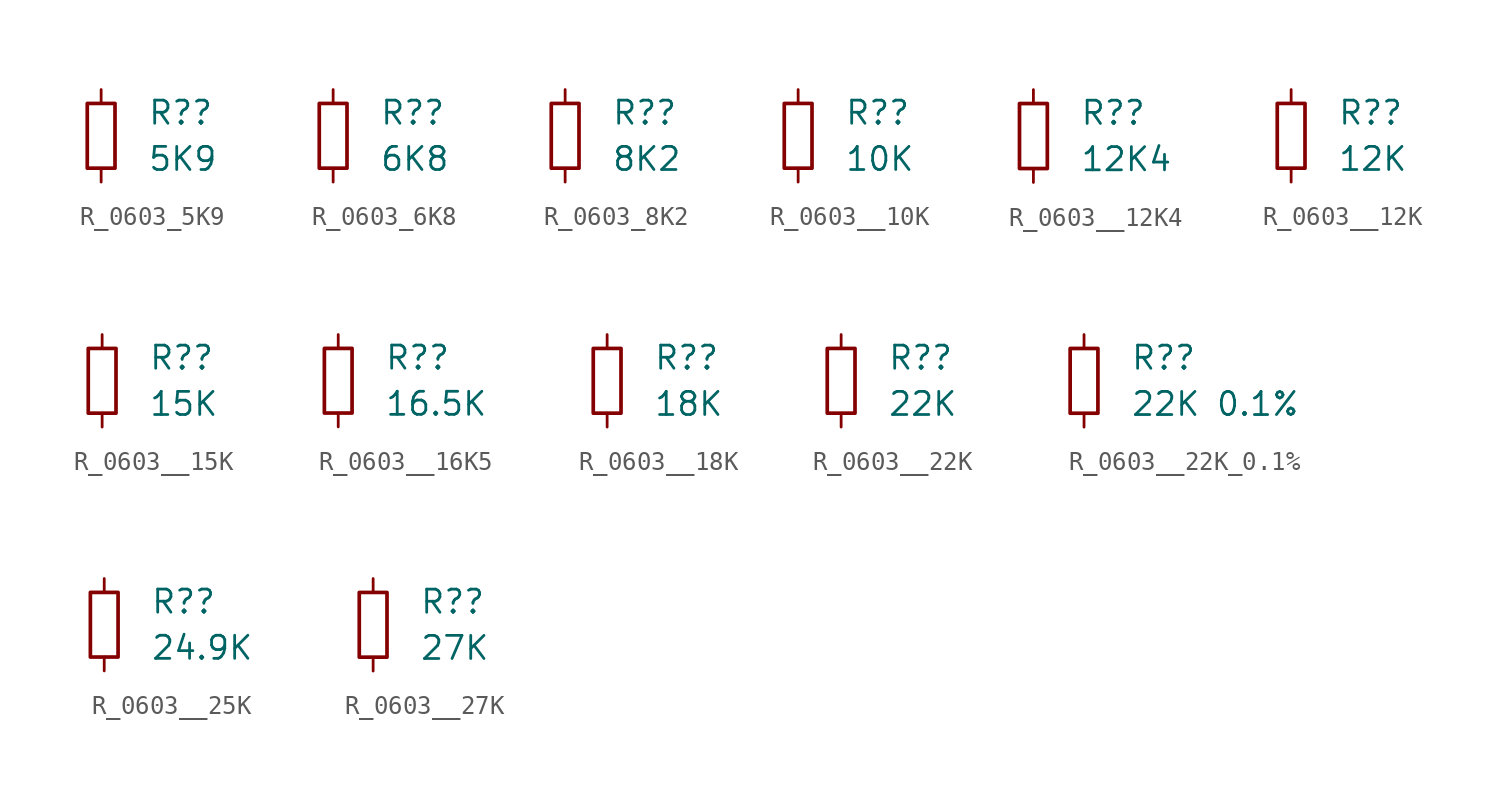
<source format=kicad_sym>
(kicad_symbol_lib
  (version 20231120)
  (generator "kicad_symbol_editor")
  (generator_version "8.0")
  (symbol "R_0603_5K9"
    (pin_numbers hide)
    (pin_names
      (offset 0.254) hide)
    (property "Reference" "R?"
      (at 2.54 1.27 0)
      (effects (font (size 1.27 1.27)) (justify left)))
    (property "Value" "5K9"
      (at 2.54 -1.27 0)
      (effects (font (size 1.27 1.27)) (justify left)))
    (symbol "R_0603_5K9_0_1"
      (rectangle (start -0.762 1.778) (end 0.762 -1.778) (stroke (width 0.203) (type default)) (fill (type none))))
    (symbol "R_0603_5K9_1_1"
      (pin passive line (at 0 2.54 270) (length 0.762) (name "~" (effects (font (size 1.27 1.27)))) (number "1" (effects (font (size 1.27 1.27)))))
      (pin passive line (at 0 -2.54 90) (length 0.762) (name "~" (effects (font (size 1.27 1.27)))) (number "2" (effects (font (size 1.27 1.27)))))))
  (symbol "R_0603_6K8"
    (pin_numbers hide)
    (pin_names
      (offset 0.254) hide)
    (property "Reference" "R?"
      (at 2.54 1.27 0)
      (effects (font (size 1.27 1.27)) (justify left)))
    (property "Value" "6K8"
      (at 2.54 -1.27 0)
      (effects (font (size 1.27 1.27)) (justify left)))
    (symbol "R_0603_6K8_0_1"
      (rectangle (start -0.762 1.778) (end 0.762 -1.778) (stroke (width 0.203) (type default)) (fill (type none))))
    (symbol "R_0603_6K8_1_1"
      (pin passive line (at 0 2.54 270) (length 0.762) (name "~" (effects (font (size 1.27 1.27)))) (number "1" (effects (font (size 1.27 1.27)))))
      (pin passive line (at 0 -2.54 90) (length 0.762) (name "~" (effects (font (size 1.27 1.27)))) (number "2" (effects (font (size 1.27 1.27)))))))
  (symbol "R_0603_8K2"
    (pin_numbers hide)
    (pin_names
      (offset 0.254) hide)
    (property "Reference" "R?"
      (at 2.54 1.27 0)
      (effects (font (size 1.27 1.27)) (justify left)))
    (property "Value" "8K2"
      (at 2.54 -1.27 0)
      (effects (font (size 1.27 1.27)) (justify left)))
    (symbol "R_0603_8K2_0_1"
      (rectangle (start -0.762 1.778) (end 0.762 -1.778) (stroke (width 0.203) (type default)) (fill (type none))))
    (symbol "R_0603_8K2_1_1"
      (pin passive line (at 0 2.54 270) (length 0.762) (name "~" (effects (font (size 1.27 1.27)))) (number "1" (effects (font (size 1.27 1.27)))))
      (pin passive line (at 0 -2.54 90) (length 0.762) (name "~" (effects (font (size 1.27 1.27)))) (number "2" (effects (font (size 1.27 1.27)))))))
  (symbol "R_0603__10K"
    (pin_numbers hide)
    (pin_names
      (offset 0.254) hide)
    (property "Reference" "R?"
      (at 2.54 1.27 0)
      (effects (font (size 1.27 1.27)) (justify left)))
    (property "Value" "10K"
      (at 2.54 -1.27 0)
      (effects (font (size 1.27 1.27)) (justify left)))
    (symbol "R_0603__10K_0_1"
      (rectangle (start -0.762 1.778) (end 0.762 -1.778) (stroke (width 0.203) (type default)) (fill (type none))))
    (symbol "R_0603__10K_1_1"
      (pin passive line (at 0 2.54 270) (length 0.762) (name "~" (effects (font (size 1.27 1.27)))) (number "1" (effects (font (size 1.27 1.27)))))
      (pin passive line (at 0 -2.54 90) (length 0.762) (name "~" (effects (font (size 1.27 1.27)))) (number "2" (effects (font (size 1.27 1.27)))))))
  (symbol "R_0603__12K4"
    (pin_numbers hide)
    (pin_names
      (offset 0.254) hide)
    (property "Reference" "R?"
      (at 2.54 1.27 0)
      (effects (font (size 1.27 1.27)) (justify left)))
    (property "Value" "12K4"
      (at 2.54 -1.27 0)
      (effects (font (size 1.27 1.27)) (justify left)))
    (symbol "R_0603__12K4_0_1"
      (rectangle (start -0.762 1.778) (end 0.762 -1.778) (stroke (width 0.203) (type default)) (fill (type none))))
    (symbol "R_0603__12K4_1_1"
      (pin passive line (at 0 2.54 270) (length 0.762) (name "~" (effects (font (size 1.27 1.27)))) (number "1" (effects (font (size 1.27 1.27)))))
      (pin passive line (at 0 -2.54 90) (length 0.762) (name "~" (effects (font (size 1.27 1.27)))) (number "2" (effects (font (size 1.27 1.27)))))))
  (symbol "R_0603__12K"
    (pin_numbers hide)
    (pin_names
      (offset 0.254) hide)
    (property "Reference" "R?"
      (at 2.54 1.27 0)
      (effects (font (size 1.27 1.27)) (justify left)))
    (property "Value" "12K"
      (at 2.54 -1.27 0)
      (effects (font (size 1.27 1.27)) (justify left)))
    (symbol "R_0603__12K_0_1"
      (rectangle (start -0.762 1.778) (end 0.762 -1.778) (stroke (width 0.203) (type default)) (fill (type none))))
    (symbol "R_0603__12K_1_1"
      (pin passive line (at 0 2.54 270) (length 0.762) (name "~" (effects (font (size 1.27 1.27)))) (number "1" (effects (font (size 1.27 1.27)))))
      (pin passive line (at 0 -2.54 90) (length 0.762) (name "~" (effects (font (size 1.27 1.27)))) (number "2" (effects (font (size 1.27 1.27)))))))
  (symbol "R_0603__15K"
    (pin_numbers hide)
    (pin_names
      (offset 0.254) hide)
    (property "Reference" "R?"
      (at 2.54 1.27 0)
      (effects (font (size 1.27 1.27)) (justify left)))
    (property "Value" "15K"
      (at 2.54 -1.27 0)
      (effects (font (size 1.27 1.27)) (justify left)))
    (symbol "R_0603__15K_0_1"
      (rectangle (start -0.762 1.778) (end 0.762 -1.778) (stroke (width 0.203) (type default)) (fill (type none))))
    (symbol "R_0603__15K_1_1"
      (pin passive line (at 0 2.54 270) (length 0.762) (name "~" (effects (font (size 1.27 1.27)))) (number "1" (effects (font (size 1.27 1.27)))))
      (pin passive line (at 0 -2.54 90) (length 0.762) (name "~" (effects (font (size 1.27 1.27)))) (number "2" (effects (font (size 1.27 1.27)))))))
  (symbol "R_0603__16K5"
    (pin_numbers hide)
    (pin_names
      (offset 0.254) hide)
    (property "Reference" "R?"
      (at 2.54 1.27 0)
      (effects (font (size 1.27 1.27)) (justify left)))
    (property "Value" "16.5K"
      (at 2.54 -1.27 0)
      (effects (font (size 1.27 1.27)) (justify left)))
    (symbol "R_0603__16K5_0_1"
      (rectangle (start -0.762 1.778) (end 0.762 -1.778) (stroke (width 0.203) (type default)) (fill (type none))))
    (symbol "R_0603__16K5_1_1"
      (pin passive line (at 0 2.54 270) (length 0.762) (name "~" (effects (font (size 1.27 1.27)))) (number "1" (effects (font (size 1.27 1.27)))))
      (pin passive line (at 0 -2.54 90) (length 0.762) (name "~" (effects (font (size 1.27 1.27)))) (number "2" (effects (font (size 1.27 1.27)))))))
  (symbol "R_0603__18K"
    (pin_numbers hide)
    (pin_names
      (offset 0.254) hide)
    (property "Reference" "R?"
      (at 2.54 1.27 0)
      (effects (font (size 1.27 1.27)) (justify left)))
    (property "Value" "18K"
      (at 2.54 -1.27 0)
      (effects (font (size 1.27 1.27)) (justify left)))
    (symbol "R_0603__18K_0_1"
      (rectangle (start -0.762 1.778) (end 0.762 -1.778) (stroke (width 0.203) (type default)) (fill (type none))))
    (symbol "R_0603__18K_1_1"
      (pin passive line (at 0 2.54 270) (length 0.762) (name "~" (effects (font (size 1.27 1.27)))) (number "1" (effects (font (size 1.27 1.27)))))
      (pin passive line (at 0 -2.54 90) (length 0.762) (name "~" (effects (font (size 1.27 1.27)))) (number "2" (effects (font (size 1.27 1.27)))))))
  (symbol "R_0603__22K"
    (pin_numbers hide)
    (pin_names
      (offset 0.254) hide)
    (property "Reference" "R?"
      (at 2.54 1.27 0)
      (effects (font (size 1.27 1.27)) (justify left)))
    (property "Value" "22K"
      (at 2.54 -1.27 0)
      (effects (font (size 1.27 1.27)) (justify left)))
    (symbol "R_0603__22K_0_1"
      (rectangle (start -0.762 1.778) (end 0.762 -1.778) (stroke (width 0.203) (type default)) (fill (type none))))
    (symbol "R_0603__22K_1_1"
      (pin passive line (at 0 2.54 270) (length 0.762) (name "~" (effects (font (size 1.27 1.27)))) (number "1" (effects (font (size 1.27 1.27)))))
      (pin passive line (at 0 -2.54 90) (length 0.762) (name "~" (effects (font (size 1.27 1.27)))) (number "2" (effects (font (size 1.27 1.27)))))))
  (symbol "R_0603__22K_0.1%"
    (pin_numbers hide)
    (pin_names
      (offset 0.254) hide)
    (property "Reference" "R?"
      (at 2.54 1.27 0)
      (effects (font (size 1.27 1.27)) (justify left)))
    (property "Value" "22K 0.1%"
      (at 2.54 -1.27 0)
      (effects (font (size 1.27 1.27)) (justify left)))
    (symbol "R_0603__22K_0.1%_0_1"
      (rectangle (start -0.762 1.778) (end 0.762 -1.778) (stroke (width 0.203) (type default)) (fill (type none))))
    (symbol "R_0603__22K_0.1%_1_1"
      (pin passive line (at 0 2.54 270) (length 0.762) (name "~" (effects (font (size 1.27 1.27)))) (number "1" (effects (font (size 1.27 1.27)))))
      (pin passive line (at 0 -2.54 90) (length 0.762) (name "~" (effects (font (size 1.27 1.27)))) (number "2" (effects (font (size 1.27 1.27)))))))
  (symbol "R_0603__25K"
    (pin_numbers hide)
    (pin_names
      (offset 0.254) hide)
    (property "Reference" "R?"
      (at 2.54 1.27 0)
      (effects (font (size 1.27 1.27)) (justify left)))
    (property "Value" "24.9K"
      (at 2.54 -1.27 0)
      (effects (font (size 1.27 1.27)) (justify left)))
    (symbol "R_0603__25K_0_1"
      (rectangle (start -0.762 1.778) (end 0.762 -1.778) (stroke (width 0.203) (type default)) (fill (type none))))
    (symbol "R_0603__25K_1_1"
      (pin passive line (at 0 2.54 270) (length 0.762) (name "~" (effects (font (size 1.27 1.27)))) (number "1" (effects (font (size 1.27 1.27)))))
      (pin passive line (at 0 -2.54 90) (length 0.762) (name "~" (effects (font (size 1.27 1.27)))) (number "2" (effects (font (size 1.27 1.27)))))))
  (symbol "R_0603__27K"
    (pin_numbers hide)
    (pin_names
      (offset 0.254) hide)
    (property "Reference" "R?"
      (at 2.54 1.27 0)
      (effects (font (size 1.27 1.27)) (justify left)))
    (property "Value" "27K"
      (at 2.54 -1.27 0)
      (effects (font (size 1.27 1.27)) (justify left)))
    (symbol "R_0603__27K_0_1"
      (rectangle (start -0.762 1.778) (end 0.762 -1.778) (stroke (width 0.203) (type default)) (fill (type none))))
    (symbol "R_0603__27K_1_1"
      (pin passive line (at 0 2.54 270) (length 0.762) (name "~" (effects (font (size 1.27 1.27)))) (number "1" (effects (font (size 1.27 1.27)))))
      (pin passive line (at 0 -2.54 90) (length 0.762) (name "~" (effects (font (size 1.27 1.27)))) (number "2" (effects (font (size 1.27 1.27))))))))
</source>
